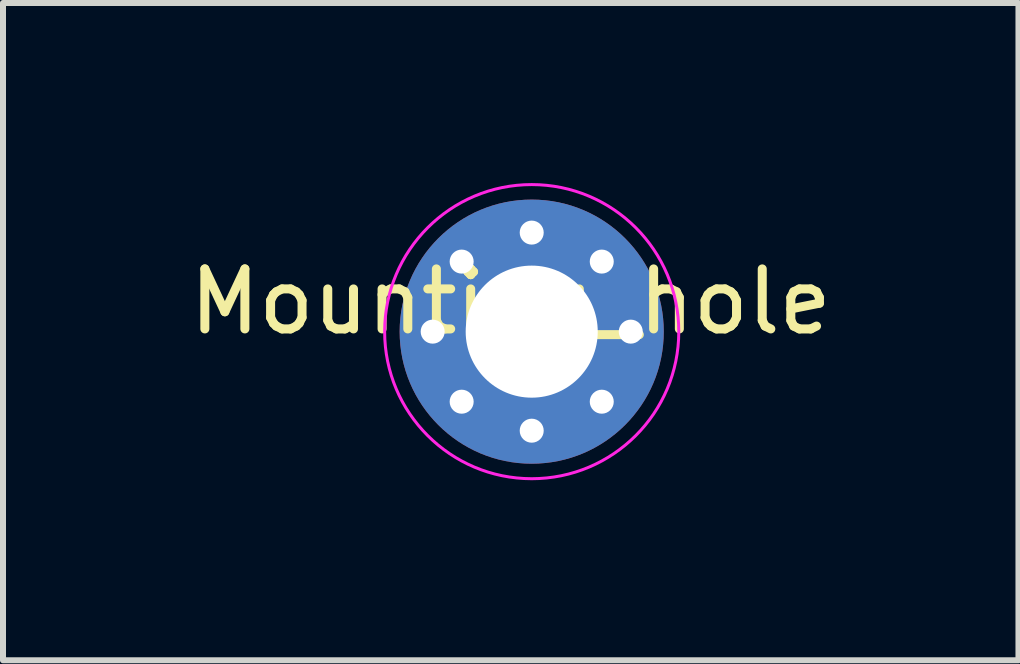
<source format=kicad_pcb>
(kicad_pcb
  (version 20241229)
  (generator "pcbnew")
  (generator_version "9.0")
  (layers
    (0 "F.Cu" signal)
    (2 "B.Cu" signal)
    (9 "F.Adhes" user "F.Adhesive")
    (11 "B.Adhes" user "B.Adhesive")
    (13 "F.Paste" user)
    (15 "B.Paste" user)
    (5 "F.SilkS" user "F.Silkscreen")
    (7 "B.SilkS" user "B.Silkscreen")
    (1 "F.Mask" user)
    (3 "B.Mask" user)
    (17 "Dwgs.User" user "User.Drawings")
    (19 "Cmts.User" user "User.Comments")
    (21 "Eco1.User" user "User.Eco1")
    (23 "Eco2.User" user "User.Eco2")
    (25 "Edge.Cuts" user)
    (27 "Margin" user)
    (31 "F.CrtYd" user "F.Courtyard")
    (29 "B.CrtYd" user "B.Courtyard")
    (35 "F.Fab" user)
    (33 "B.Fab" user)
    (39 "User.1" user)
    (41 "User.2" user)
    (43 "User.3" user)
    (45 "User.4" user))
  (footprint "Mounting_hole"
    (layer "F.Cu")
    (at 5.808 2.475)
    (property "Reference" "Mounting_hole" (at -0.35 -0.5 0) (unlocked yes) (layer "F.SilkS") (effects (font (size 1 1) (thickness 0.15))))
    (attr through_hole)
    (fp_circle (center 0 0) (end 2.45 0) (stroke (width 0.05) (type solid)) (fill no) (layer "F.CrtYd"))
    (pad "1" thru_hole circle (at -1.65 0) (size 0.7 0.7) (drill 0.4) (layers "*.Cu" "*.Mask"))
    (pad "1" thru_hole circle (at -1.167 -1.167) (size 0.7 0.7) (drill 0.4) (layers "*.Cu" "*.Mask"))
    (pad "1" thru_hole circle (at -1.167 1.167) (size 0.7 0.7) (drill 0.4) (layers "*.Cu" "*.Mask"))
    (pad "1" thru_hole circle (at 0 -1.65) (size 0.7 0.7) (drill 0.4) (layers "*.Cu" "*.Mask"))
    (pad "1" thru_hole circle (at 0 0) (size 4.4 4.4) (drill 2.2) (layers "*.Cu" "*.Mask"))
    (pad "1" thru_hole circle (at 0 1.65) (size 0.7 0.7) (drill 0.4) (layers "*.Cu" "*.Mask"))
    (pad "1" thru_hole circle (at 1.167 -1.167) (size 0.7 0.7) (drill 0.4) (layers "*.Cu" "*.Mask"))
    (pad "1" thru_hole circle (at 1.167 1.167) (size 0.7 0.7) (drill 0.4) (layers "*.Cu" "*.Mask"))
    (pad "1" thru_hole circle (at 1.65 0) (size 0.7 0.7) (drill 0.4) (layers "*.Cu" "*.Mask")))
  (gr_rect
    (start -3 -3)
    (end 13.917 7.95)
    (stroke (width 0.1) (type default))
    (fill no)
    (layer "Edge.Cuts")))
</source>
